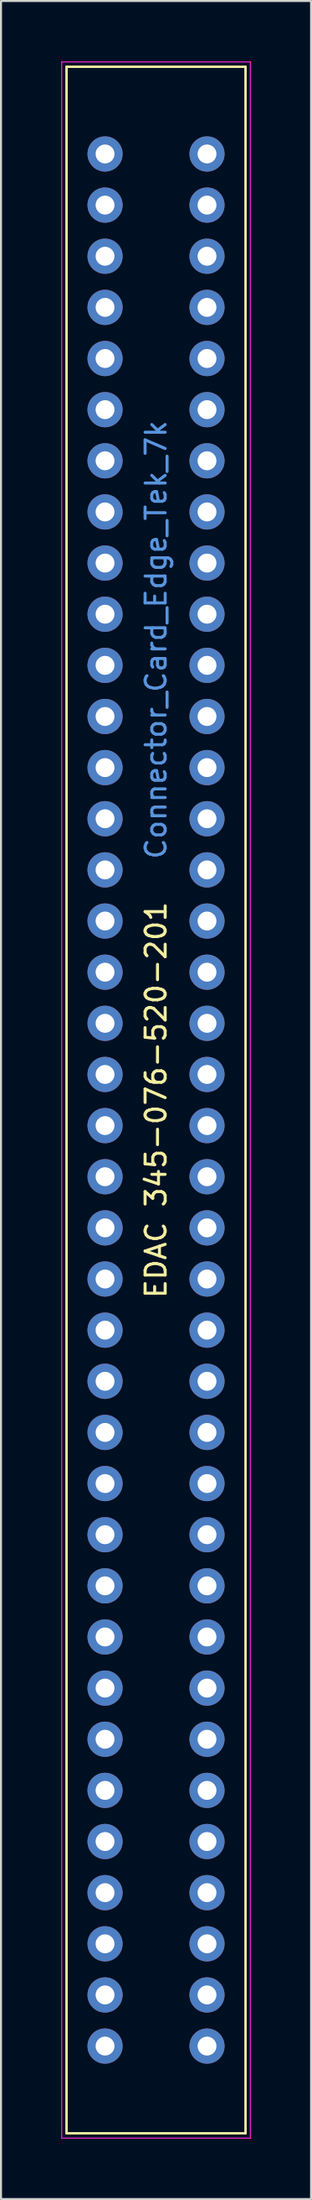
<source format=kicad_pcb>
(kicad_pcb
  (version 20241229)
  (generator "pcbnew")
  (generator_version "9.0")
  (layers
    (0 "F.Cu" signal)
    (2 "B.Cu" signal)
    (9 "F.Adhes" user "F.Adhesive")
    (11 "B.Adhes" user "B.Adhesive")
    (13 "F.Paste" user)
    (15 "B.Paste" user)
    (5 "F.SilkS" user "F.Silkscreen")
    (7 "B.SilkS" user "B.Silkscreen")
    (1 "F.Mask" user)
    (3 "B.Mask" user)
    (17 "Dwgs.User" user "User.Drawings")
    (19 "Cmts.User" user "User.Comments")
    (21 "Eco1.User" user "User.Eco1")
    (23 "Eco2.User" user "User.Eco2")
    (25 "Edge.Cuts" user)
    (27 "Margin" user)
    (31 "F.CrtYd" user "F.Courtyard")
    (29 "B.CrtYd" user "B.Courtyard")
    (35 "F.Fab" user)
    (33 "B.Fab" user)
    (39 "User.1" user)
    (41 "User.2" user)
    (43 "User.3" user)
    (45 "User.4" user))
  (footprint "Connector_Card_Edge_Tek_7k"
    (layer "F.Cu")
    (at 4.724 51.587)
    (property "Reference" "Connector_Card_Edge_Tek_7k" (at 0 -22.86 90) (layer "Cmts.User") (effects (font (size 1 1) (thickness 0.15))))
    (attr through_hole)
    (fp_line (start -4.459 -51.322) (end -4.459 51.322) (stroke (width 0.12) (type solid)) (layer "F.SilkS"))
    (fp_line (start -4.459 51.322) (end 4.459 51.322) (stroke (width 0.12) (type solid)) (layer "F.SilkS"))
    (fp_line (start 4.459 -51.322) (end -4.459 -51.322) (stroke (width 0.12) (type solid)) (layer "F.SilkS"))
    (fp_line (start 4.459 51.322) (end 4.459 -51.322) (stroke (width 0.12) (type solid)) (layer "F.SilkS"))
    (fp_line (start -4.699 -51.562) (end -4.699 51.562) (stroke (width 0.05) (type solid)) (layer "F.CrtYd"))
    (fp_line (start -4.699 51.562) (end 4.699 51.562) (stroke (width 0.05) (type solid)) (layer "F.CrtYd"))
    (fp_line (start 4.699 -51.562) (end -4.699 -51.562) (stroke (width 0.05) (type solid)) (layer "F.CrtYd"))
    (fp_line (start 4.699 51.562) (end 4.699 -51.562) (stroke (width 0.05) (type solid)) (layer "F.CrtYd"))
    (fp_text user "EDAC 345-076-520-201" (at 0 0 90) (layer "F.SilkS") (effects (font (size 1 1) (thickness 0.15))))
    (pad "1A" thru_hole circle (at -2.54 46.99) (size 1.75 1.75) (drill 0.94) (layers "*.Cu" "*.Mask"))
    (pad "1B" thru_hole circle (at 2.54 46.99) (size 1.75 1.75) (drill 0.94) (layers "*.Cu" "*.Mask"))
    (pad "2A" thru_hole circle (at -2.54 44.45) (size 1.75 1.75) (drill 0.94) (layers "*.Cu" "*.Mask"))
    (pad "2B" thru_hole circle (at 2.54 44.45) (size 1.75 1.75) (drill 0.94) (layers "*.Cu" "*.Mask"))
    (pad "3A" thru_hole circle (at -2.54 41.91) (size 1.75 1.75) (drill 0.94) (layers "*.Cu" "*.Mask"))
    (pad "3B" thru_hole circle (at 2.54 41.91) (size 1.75 1.75) (drill 0.94) (layers "*.Cu" "*.Mask"))
    (pad "4A" thru_hole circle (at -2.54 39.37) (size 1.75 1.75) (drill 0.94) (layers "*.Cu" "*.Mask"))
    (pad "4B" thru_hole circle (at 2.54 39.37) (size 1.75 1.75) (drill 0.94) (layers "*.Cu" "*.Mask"))
    (pad "5A" thru_hole circle (at -2.54 36.83) (size 1.75 1.75) (drill 0.94) (layers "*.Cu" "*.Mask"))
    (pad "5B" thru_hole circle (at 2.54 36.83) (size 1.75 1.75) (drill 0.94) (layers "*.Cu" "*.Mask"))
    (pad "6A" thru_hole circle (at -2.54 34.29) (size 1.75 1.75) (drill 0.94) (layers "*.Cu" "*.Mask"))
    (pad "6B" thru_hole circle (at 2.54 34.29) (size 1.75 1.75) (drill 0.94) (layers "*.Cu" "*.Mask"))
    (pad "7A" thru_hole circle (at -2.54 31.75) (size 1.75 1.75) (drill 0.94) (layers "*.Cu" "*.Mask"))
    (pad "7B" thru_hole circle (at 2.54 31.75) (size 1.75 1.75) (drill 0.94) (layers "*.Cu" "*.Mask"))
    (pad "8A" thru_hole circle (at -2.54 29.21) (size 1.75 1.75) (drill 0.94) (layers "*.Cu" "*.Mask"))
    (pad "8B" thru_hole circle (at 2.54 29.21) (size 1.75 1.75) (drill 0.94) (layers "*.Cu" "*.Mask"))
    (pad "9A" thru_hole circle (at -2.54 26.67) (size 1.75 1.75) (drill 0.94) (layers "*.Cu" "*.Mask"))
    (pad "9B" thru_hole circle (at 2.54 26.67) (size 1.75 1.75) (drill 0.94) (layers "*.Cu" "*.Mask"))
    (pad "10A" thru_hole circle (at -2.54 24.13) (size 1.75 1.75) (drill 0.94) (layers "*.Cu" "*.Mask"))
    (pad "10B" thru_hole circle (at 2.54 24.13) (size 1.75 1.75) (drill 0.94) (layers "*.Cu" "*.Mask"))
    (pad "11A" thru_hole circle (at -2.54 21.59) (size 1.75 1.75) (drill 0.94) (layers "*.Cu" "*.Mask"))
    (pad "11B" thru_hole circle (at 2.54 21.59) (size 1.75 1.75) (drill 0.94) (layers "*.Cu" "*.Mask"))
    (pad "12A" thru_hole circle (at -2.54 19.05) (size 1.75 1.75) (drill 0.94) (layers "*.Cu" "*.Mask"))
    (pad "12B" thru_hole circle (at 2.54 19.05) (size 1.75 1.75) (drill 0.94) (layers "*.Cu" "*.Mask"))
    (pad "13A" thru_hole circle (at -2.54 16.51) (size 1.75 1.75) (drill 0.94) (layers "*.Cu" "*.Mask"))
    (pad "13B" thru_hole circle (at 2.54 16.51) (size 1.75 1.75) (drill 0.94) (layers "*.Cu" "*.Mask"))
    (pad "14A" thru_hole circle (at -2.54 13.97) (size 1.75 1.75) (drill 0.94) (layers "*.Cu" "*.Mask"))
    (pad "14B" thru_hole circle (at 2.54 13.97) (size 1.75 1.75) (drill 0.94) (layers "*.Cu" "*.Mask"))
    (pad "15A" thru_hole circle (at -2.54 11.43) (size 1.75 1.75) (drill 0.94) (layers "*.Cu" "*.Mask"))
    (pad "15B" thru_hole circle (at 2.54 11.43) (size 1.75 1.75) (drill 0.94) (layers "*.Cu" "*.Mask"))
    (pad "16A" thru_hole circle (at -2.54 8.89) (size 1.75 1.75) (drill 0.94) (layers "*.Cu" "*.Mask"))
    (pad "16B" thru_hole circle (at 2.54 8.89) (size 1.75 1.75) (drill 0.94) (layers "*.Cu" "*.Mask"))
    (pad "17A" thru_hole circle (at -2.54 6.35) (size 1.75 1.75) (drill 0.94) (layers "*.Cu" "*.Mask"))
    (pad "17B" thru_hole circle (at 2.54 6.35) (size 1.75 1.75) (drill 0.94) (layers "*.Cu" "*.Mask"))
    (pad "18A" thru_hole circle (at -2.54 3.81) (size 1.75 1.75) (drill 0.94) (layers "*.Cu" "*.Mask"))
    (pad "18B" thru_hole circle (at 2.54 3.81) (size 1.75 1.75) (drill 0.94) (layers "*.Cu" "*.Mask"))
    (pad "19A" thru_hole circle (at -2.54 1.27) (size 1.75 1.75) (drill 0.94) (layers "*.Cu" "*.Mask"))
    (pad "19B" thru_hole circle (at 2.54 1.27) (size 1.75 1.75) (drill 0.94) (layers "*.Cu" "*.Mask"))
    (pad "20A" thru_hole circle (at -2.54 -1.27) (size 1.75 1.75) (drill 0.94) (layers "*.Cu" "*.Mask"))
    (pad "20B" thru_hole circle (at 2.54 -1.27) (size 1.75 1.75) (drill 0.94) (layers "*.Cu" "*.Mask"))
    (pad "21A" thru_hole circle (at -2.54 -3.81) (size 1.75 1.75) (drill 0.94) (layers "*.Cu" "*.Mask"))
    (pad "21B" thru_hole circle (at 2.54 -3.81) (size 1.75 1.75) (drill 0.94) (layers "*.Cu" "*.Mask"))
    (pad "22A" thru_hole circle (at -2.54 -6.35) (size 1.75 1.75) (drill 0.94) (layers "*.Cu" "*.Mask"))
    (pad "22B" thru_hole circle (at 2.54 -6.35) (size 1.75 1.75) (drill 0.94) (layers "*.Cu" "*.Mask"))
    (pad "23A" thru_hole circle (at -2.54 -8.89) (size 1.75 1.75) (drill 0.94) (layers "*.Cu" "*.Mask"))
    (pad "23B" thru_hole circle (at 2.54 -8.89) (size 1.75 1.75) (drill 0.94) (layers "*.Cu" "*.Mask"))
    (pad "24A" thru_hole circle (at -2.54 -11.43) (size 1.75 1.75) (drill 0.94) (layers "*.Cu" "*.Mask"))
    (pad "24B" thru_hole circle (at 2.54 -11.43) (size 1.75 1.75) (drill 0.94) (layers "*.Cu" "*.Mask"))
    (pad "25A" thru_hole circle (at -2.54 -13.97) (size 1.75 1.75) (drill 0.94) (layers "*.Cu" "*.Mask"))
    (pad "25B" thru_hole circle (at 2.54 -13.97) (size 1.75 1.75) (drill 0.94) (layers "*.Cu" "*.Mask"))
    (pad "26A" thru_hole circle (at -2.54 -16.51) (size 1.75 1.75) (drill 0.94) (layers "*.Cu" "*.Mask"))
    (pad "26B" thru_hole circle (at 2.54 -16.51) (size 1.75 1.75) (drill 0.94) (layers "*.Cu" "*.Mask"))
    (pad "27A" thru_hole circle (at -2.54 -19.05) (size 1.75 1.75) (drill 0.94) (layers "*.Cu" "*.Mask"))
    (pad "27B" thru_hole circle (at 2.54 -19.05) (size 1.75 1.75) (drill 0.94) (layers "*.Cu" "*.Mask"))
    (pad "28A" thru_hole circle (at -2.54 -21.59) (size 1.75 1.75) (drill 0.94) (layers "*.Cu" "*.Mask"))
    (pad "28B" thru_hole circle (at 2.54 -21.59) (size 1.75 1.75) (drill 0.94) (layers "*.Cu" "*.Mask"))
    (pad "29A" thru_hole circle (at -2.54 -24.13) (size 1.75 1.75) (drill 0.94) (layers "*.Cu" "*.Mask"))
    (pad "29B" thru_hole circle (at 2.54 -24.13) (size 1.75 1.75) (drill 0.94) (layers "*.Cu" "*.Mask"))
    (pad "30A" thru_hole circle (at -2.54 -26.67) (size 1.75 1.75) (drill 0.94) (layers "*.Cu" "*.Mask"))
    (pad "30B" thru_hole circle (at 2.54 -26.67) (size 1.75 1.75) (drill 0.94) (layers "*.Cu" "*.Mask"))
    (pad "31A" thru_hole circle (at -2.54 -29.21) (size 1.75 1.75) (drill 0.94) (layers "*.Cu" "*.Mask"))
    (pad "31B" thru_hole circle (at 2.54 -29.21) (size 1.75 1.75) (drill 0.94) (layers "*.Cu" "*.Mask"))
    (pad "32A" thru_hole circle (at -2.54 -31.75) (size 1.75 1.75) (drill 0.94) (layers "*.Cu" "*.Mask"))
    (pad "32B" thru_hole circle (at 2.54 -31.75) (size 1.75 1.75) (drill 0.94) (layers "*.Cu" "*.Mask"))
    (pad "33A" thru_hole circle (at -2.54 -34.29) (size 1.75 1.75) (drill 0.94) (layers "*.Cu" "*.Mask"))
    (pad "33B" thru_hole circle (at 2.54 -34.29) (size 1.75 1.75) (drill 0.94) (layers "*.Cu" "*.Mask"))
    (pad "34A" thru_hole circle (at -2.54 -36.83) (size 1.75 1.75) (drill 0.94) (layers "*.Cu" "*.Mask"))
    (pad "34B" thru_hole circle (at 2.54 -36.83) (size 1.75 1.75) (drill 0.94) (layers "*.Cu" "*.Mask"))
    (pad "35A" thru_hole circle (at -2.54 -39.37) (size 1.75 1.75) (drill 0.94) (layers "*.Cu" "*.Mask"))
    (pad "35B" thru_hole circle (at 2.54 -39.37) (size 1.75 1.75) (drill 0.94) (layers "*.Cu" "*.Mask"))
    (pad "36A" thru_hole circle (at -2.54 -41.91) (size 1.75 1.75) (drill 0.94) (layers "*.Cu" "*.Mask"))
    (pad "36B" thru_hole circle (at 2.54 -41.91) (size 1.75 1.75) (drill 0.94) (layers "*.Cu" "*.Mask"))
    (pad "37A" thru_hole circle (at -2.54 -44.45) (size 1.75 1.75) (drill 0.94) (layers "*.Cu" "*.Mask"))
    (pad "37B" thru_hole circle (at 2.54 -44.45) (size 1.75 1.75) (drill 0.94) (layers "*.Cu" "*.Mask"))
    (pad "38A" thru_hole circle (at -2.54 -46.99) (size 1.75 1.75) (drill 0.94) (layers "*.Cu" "*.Mask"))
    (pad "38B" thru_hole circle (at 2.54 -46.99) (size 1.75 1.75) (drill 0.94) (layers "*.Cu" "*.Mask")))
  (gr_rect
    (start -3 -3)
    (end 12.448 106.174)
    (stroke (width 0.1) (type default))
    (fill no)
    (layer "Edge.Cuts")))
</source>
